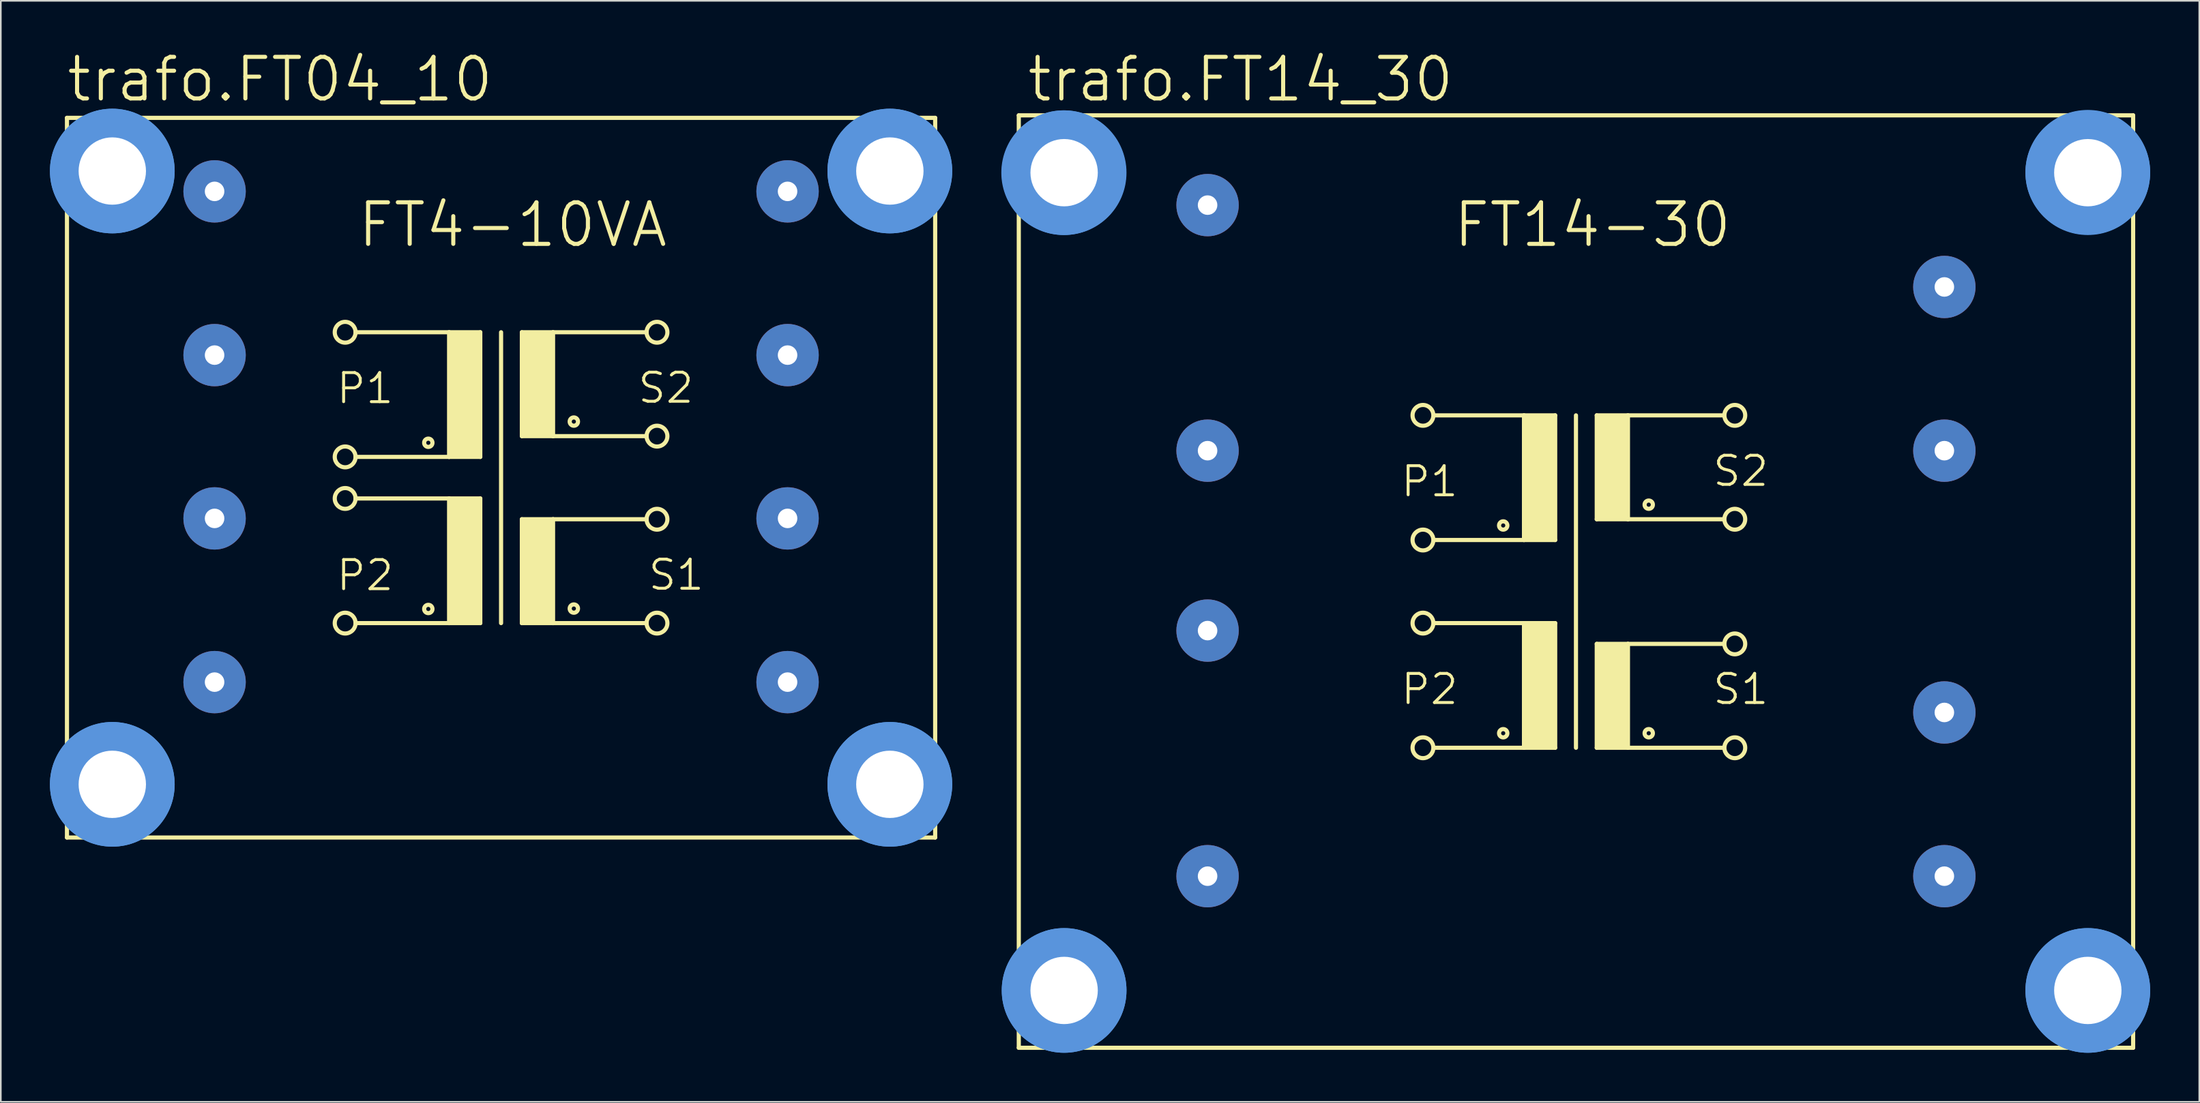
<source format=kicad_pcb>
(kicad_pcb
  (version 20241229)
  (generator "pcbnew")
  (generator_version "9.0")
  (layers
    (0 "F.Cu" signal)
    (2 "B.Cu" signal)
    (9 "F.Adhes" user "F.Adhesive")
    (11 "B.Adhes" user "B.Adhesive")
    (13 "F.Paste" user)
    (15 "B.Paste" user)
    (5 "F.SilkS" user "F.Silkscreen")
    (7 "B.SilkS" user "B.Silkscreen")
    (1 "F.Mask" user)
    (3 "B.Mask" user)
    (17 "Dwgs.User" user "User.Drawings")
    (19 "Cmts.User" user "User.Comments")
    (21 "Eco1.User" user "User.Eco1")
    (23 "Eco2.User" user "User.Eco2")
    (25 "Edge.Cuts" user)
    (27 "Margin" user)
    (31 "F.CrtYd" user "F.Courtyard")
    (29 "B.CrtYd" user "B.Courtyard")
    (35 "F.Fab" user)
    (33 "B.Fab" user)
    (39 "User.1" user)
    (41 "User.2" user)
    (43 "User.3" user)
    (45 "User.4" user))
  (footprint "trafo.FT14_30"
    (layer "F.Cu")
    (at 93.221 32.5)
    (property "Reference" "trafo.FT14_30" (at -33.655 -29.21 0) (layer "F.SilkS") (effects (font (size 2.54 2.54) (thickness 0.25)) (justify left bottom)))
    (attr through_hole)
    (fp_line (start -34.036 -28.499) (end -34.036 28.499) (stroke (width 0.254) (type default)) (layer "F.SilkS"))
    (fp_line (start -34.036 -28.499) (end 34.036 -28.499) (stroke (width 0.254) (type default)) (layer "F.SilkS"))
    (fp_line (start -8.636 -10.16) (end -3.175 -10.16) (stroke (width 0.254) (type default)) (layer "F.SilkS"))
    (fp_line (start -8.636 2.54) (end -3.175 2.54) (stroke (width 0.254) (type default)) (layer "F.SilkS"))
    (fp_line (start -3.175 -10.16) (end -3.175 -2.54) (stroke (width 0.254) (type default)) (layer "F.SilkS"))
    (fp_line (start -3.175 -10.16) (end -1.27 -10.16) (stroke (width 0.254) (type default)) (layer "F.SilkS"))
    (fp_line (start -3.175 -2.54) (end -8.636 -2.54) (stroke (width 0.254) (type default)) (layer "F.SilkS"))
    (fp_line (start -3.175 2.54) (end -3.175 10.16) (stroke (width 0.254) (type default)) (layer "F.SilkS"))
    (fp_line (start -3.175 2.54) (end -1.27 2.54) (stroke (width 0.254) (type default)) (layer "F.SilkS"))
    (fp_line (start -3.175 10.16) (end -8.636 10.16) (stroke (width 0.254) (type default)) (layer "F.SilkS"))
    (fp_line (start -1.27 -10.16) (end -1.27 -2.54) (stroke (width 0.254) (type default)) (layer "F.SilkS"))
    (fp_line (start -1.27 -2.54) (end -3.175 -2.54) (stroke (width 0.254) (type default)) (layer "F.SilkS"))
    (fp_line (start -1.27 2.54) (end -1.27 10.16) (stroke (width 0.254) (type default)) (layer "F.SilkS"))
    (fp_line (start -1.27 10.16) (end -3.175 10.16) (stroke (width 0.254) (type default)) (layer "F.SilkS"))
    (fp_line (start 0 -10.16) (end 0 10.16) (stroke (width 0.254) (type default)) (layer "F.SilkS"))
    (fp_line (start 1.27 -10.16) (end 1.27 -3.81) (stroke (width 0.254) (type default)) (layer "F.SilkS"))
    (fp_line (start 1.27 -10.16) (end 3.175 -10.16) (stroke (width 0.254) (type default)) (layer "F.SilkS"))
    (fp_line (start 1.27 -3.81) (end 3.175 -3.81) (stroke (width 0.254) (type default)) (layer "F.SilkS"))
    (fp_line (start 1.27 3.81) (end 1.27 10.16) (stroke (width 0.254) (type default)) (layer "F.SilkS"))
    (fp_line (start 1.27 3.81) (end 3.175 3.81) (stroke (width 0.254) (type default)) (layer "F.SilkS"))
    (fp_line (start 1.27 10.16) (end 3.175 10.16) (stroke (width 0.254) (type default)) (layer "F.SilkS"))
    (fp_line (start 3.175 -10.16) (end 9.017 -10.16) (stroke (width 0.254) (type default)) (layer "F.SilkS"))
    (fp_line (start 3.175 -3.81) (end 3.175 -10.16) (stroke (width 0.254) (type default)) (layer "F.SilkS"))
    (fp_line (start 3.175 -3.81) (end 9.017 -3.81) (stroke (width 0.254) (type default)) (layer "F.SilkS"))
    (fp_line (start 3.175 3.81) (end 9.017 3.81) (stroke (width 0.254) (type default)) (layer "F.SilkS"))
    (fp_line (start 3.175 10.16) (end 3.175 3.81) (stroke (width 0.254) (type default)) (layer "F.SilkS"))
    (fp_line (start 3.175 10.16) (end 9.017 10.16) (stroke (width 0.254) (type default)) (layer "F.SilkS"))
    (fp_line (start 34.036 28.499) (end -34.036 28.499) (stroke (width 0.254) (type default)) (layer "F.SilkS"))
    (fp_line (start 34.036 28.499) (end 34.036 -28.499) (stroke (width 0.254) (type default)) (layer "F.SilkS"))
    (fp_rect (start -3.175 -2.54) (end -1.27 -10.16) (stroke (width 0.05) (type default)) (fill yes) (layer "F.SilkS"))
    (fp_rect (start -3.175 10.16) (end -1.27 2.54) (stroke (width 0.05) (type default)) (fill yes) (layer "F.SilkS"))
    (fp_rect (start 1.27 -3.81) (end 3.175 -10.16) (stroke (width 0.05) (type default)) (fill yes) (layer "F.SilkS"))
    (fp_rect (start 1.27 10.16) (end 3.175 3.81) (stroke (width 0.05) (type default)) (fill yes) (layer "F.SilkS"))
    (fp_circle (center -9.347 -10.16) (end -8.712 -10.16) (stroke (width 0.254) (type default)) (fill no) (layer "F.SilkS"))
    (fp_circle (center -9.347 -2.54) (end -8.712 -2.54) (stroke (width 0.254) (type default)) (fill no) (layer "F.SilkS"))
    (fp_circle (center -9.347 2.54) (end -8.712 2.54) (stroke (width 0.254) (type default)) (fill no) (layer "F.SilkS"))
    (fp_circle (center -9.347 10.16) (end -8.712 10.16) (stroke (width 0.254) (type default)) (fill no) (layer "F.SilkS"))
    (fp_circle (center -4.445 -3.429) (end -4.191 -3.429) (stroke (width 0.254) (type default)) (fill no) (layer "F.SilkS"))
    (fp_circle (center -4.445 9.271) (end -4.191 9.271) (stroke (width 0.254) (type default)) (fill no) (layer "F.SilkS"))
    (fp_circle (center 4.445 -4.699) (end 4.699 -4.699) (stroke (width 0.254) (type default)) (fill no) (layer "F.SilkS"))
    (fp_circle (center 4.445 9.271) (end 4.699 9.271) (stroke (width 0.254) (type default)) (fill no) (layer "F.SilkS"))
    (fp_circle (center 9.703 -10.16) (end 10.338 -10.16) (stroke (width 0.254) (type default)) (fill no) (layer "F.SilkS"))
    (fp_circle (center 9.703 -3.81) (end 10.338 -3.81) (stroke (width 0.254) (type default)) (fill no) (layer "F.SilkS"))
    (fp_circle (center 9.703 3.81) (end 10.338 3.81) (stroke (width 0.254) (type default)) (fill no) (layer "F.SilkS"))
    (fp_circle (center 9.703 10.16) (end 10.338 10.16) (stroke (width 0.254) (type default)) (fill no) (layer "F.SilkS"))
    (fp_circle (center -31.293 -24.994) (end -28.372 -24.994) (stroke (width 1.778) (type default)) (fill no) (layer "Cmts.User"))
    (fp_circle (center -31.267 -24.994) (end -28.346 -24.994) (stroke (width 1.778) (type default)) (fill no) (layer "Cmts.User"))
    (fp_circle (center -31.267 24.994) (end -28.346 24.994) (stroke (width 1.778) (type default)) (fill no) (layer "Cmts.User"))
    (fp_circle (center -31.267 24.994) (end -28.346 24.994) (stroke (width 1.778) (type default)) (fill no) (layer "Cmts.User"))
    (fp_circle (center 31.267 -25.019) (end 34.188 -25.019) (stroke (width 1.778) (type default)) (fill no) (layer "Cmts.User"))
    (fp_circle (center 31.267 -24.994) (end 34.188 -24.994) (stroke (width 1.778) (type default)) (fill no) (layer "Cmts.User"))
    (fp_circle (center 31.267 24.994) (end 34.188 24.994) (stroke (width 1.778) (type default)) (fill no) (layer "Cmts.User"))
    (fp_circle (center 31.267 24.994) (end 34.188 24.994) (stroke (width 1.778) (type default)) (fill no) (layer "Cmts.User"))
    (fp_text user "S1" (at 8.255 7.62 0) (layer "F.SilkS") (effects (font (size 1.778 1.778) (thickness 0.18)) (justify left bottom)))
    (fp_text user "S2" (at 8.255 -5.715 0) (layer "F.SilkS") (effects (font (size 1.778 1.778) (thickness 0.18)) (justify left bottom)))
    (fp_text user "FT14-30" (at -7.62 -20.32 0) (layer "F.SilkS") (effects (font (size 2.54 2.54) (thickness 0.25)) (justify left bottom)))
    (fp_text user "P1" (at -10.795 -5.08 0) (layer "F.SilkS") (effects (font (size 1.778 1.778) (thickness 0.18)) (justify left bottom)))
    (fp_text user "P2" (at -10.795 7.62 0) (layer "F.SilkS") (effects (font (size 1.778 1.778) (thickness 0.18)) (justify left bottom)))
    (pad "" np_thru_hole circle (at -31.267 -24.994) (size 4.115 4.115) (drill 4.115) (layers "*.Cu" "*.Mask"))
    (pad "" np_thru_hole circle (at -31.267 24.994) (size 4.115 4.115) (drill 4.115) (layers "*.Cu" "*.Mask"))
    (pad "" np_thru_hole circle (at 31.267 -24.994) (size 4.115 4.115) (drill 4.115) (layers "*.Cu" "*.Mask"))
    (pad "" np_thru_hole circle (at 31.267 24.994) (size 4.115 4.115) (drill 4.115) (layers "*.Cu" "*.Mask"))
    (pad "1" thru_hole circle (at -22.504 -23.012) (size 3.81 3.81) (drill 1.194) (layers "*.Cu" "*.Mask"))
    (pad "4" thru_hole circle (at -22.504 -8.001) (size 3.81 3.81) (drill 1.194) (layers "*.Cu" "*.Mask"))
    (pad "6" thru_hole circle (at -22.504 2.997) (size 3.81 3.81) (drill 1.194) (layers "*.Cu" "*.Mask"))
    (pad "9" thru_hole circle (at -22.504 18.009) (size 3.81 3.81) (drill 1.194) (layers "*.Cu" "*.Mask"))
    (pad "12" thru_hole circle (at 22.504 18.009) (size 3.81 3.81) (drill 1.194) (layers "*.Cu" "*.Mask"))
    (pad "14" thru_hole circle (at 22.504 8.001) (size 3.81 3.81) (drill 1.194) (layers "*.Cu" "*.Mask"))
    (pad "17" thru_hole circle (at 22.504 -8.001) (size 3.81 3.81) (drill 1.194) (layers "*.Cu" "*.Mask"))
    (pad "19" thru_hole circle (at 22.504 -18.009) (size 3.81 3.81) (drill 1.194) (layers "*.Cu" "*.Mask")))
  (footprint "trafo.FT04_10"
    (layer "F.Cu")
    (at 27.559 26.15)
    (property "Reference" "trafo.FT04_10" (at -26.67 -22.86 0) (layer "F.SilkS") (effects (font (size 2.54 2.54) (thickness 0.25)) (justify left bottom)))
    (attr through_hole)
    (fp_line (start -26.518 21.996) (end -26.518 -21.996) (stroke (width 0.254) (type default)) (layer "F.SilkS"))
    (fp_line (start -26.518 21.996) (end 26.518 21.996) (stroke (width 0.254) (type default)) (layer "F.SilkS"))
    (fp_line (start -8.89 -8.89) (end -3.175 -8.89) (stroke (width 0.254) (type default)) (layer "F.SilkS"))
    (fp_line (start -8.89 -1.27) (end -3.175 -1.27) (stroke (width 0.254) (type default)) (layer "F.SilkS"))
    (fp_line (start -8.89 1.27) (end -3.175 1.27) (stroke (width 0.254) (type default)) (layer "F.SilkS"))
    (fp_line (start -3.175 -8.89) (end -3.175 -1.27) (stroke (width 0.254) (type default)) (layer "F.SilkS"))
    (fp_line (start -3.175 -8.89) (end -1.27 -8.89) (stroke (width 0.254) (type default)) (layer "F.SilkS"))
    (fp_line (start -3.175 1.27) (end -3.175 8.89) (stroke (width 0.254) (type default)) (layer "F.SilkS"))
    (fp_line (start -3.175 1.27) (end -1.27 1.27) (stroke (width 0.254) (type default)) (layer "F.SilkS"))
    (fp_line (start -3.175 8.89) (end -8.89 8.89) (stroke (width 0.254) (type default)) (layer "F.SilkS"))
    (fp_line (start -1.27 -8.89) (end -1.27 -1.27) (stroke (width 0.254) (type default)) (layer "F.SilkS"))
    (fp_line (start -1.27 -1.27) (end -3.175 -1.27) (stroke (width 0.254) (type default)) (layer "F.SilkS"))
    (fp_line (start -1.27 1.27) (end -1.27 8.89) (stroke (width 0.254) (type default)) (layer "F.SilkS"))
    (fp_line (start -1.27 8.89) (end -3.175 8.89) (stroke (width 0.254) (type default)) (layer "F.SilkS"))
    (fp_line (start 0 -8.89) (end 0 8.89) (stroke (width 0.254) (type default)) (layer "F.SilkS"))
    (fp_line (start 1.27 -8.89) (end 1.27 -2.54) (stroke (width 0.254) (type default)) (layer "F.SilkS"))
    (fp_line (start 1.27 -8.89) (end 3.175 -8.89) (stroke (width 0.254) (type default)) (layer "F.SilkS"))
    (fp_line (start 1.27 -2.54) (end 3.175 -2.54) (stroke (width 0.254) (type default)) (layer "F.SilkS"))
    (fp_line (start 1.27 2.54) (end 1.27 8.89) (stroke (width 0.254) (type default)) (layer "F.SilkS"))
    (fp_line (start 1.27 2.54) (end 3.175 2.54) (stroke (width 0.254) (type default)) (layer "F.SilkS"))
    (fp_line (start 1.27 8.89) (end 3.175 8.89) (stroke (width 0.254) (type default)) (layer "F.SilkS"))
    (fp_line (start 3.175 -8.89) (end 8.89 -8.89) (stroke (width 0.254) (type default)) (layer "F.SilkS"))
    (fp_line (start 3.175 -2.54) (end 3.175 -8.89) (stroke (width 0.254) (type default)) (layer "F.SilkS"))
    (fp_line (start 3.175 -2.54) (end 8.89 -2.54) (stroke (width 0.254) (type default)) (layer "F.SilkS"))
    (fp_line (start 3.175 2.54) (end 8.89 2.54) (stroke (width 0.254) (type default)) (layer "F.SilkS"))
    (fp_line (start 3.175 8.89) (end 3.175 2.54) (stroke (width 0.254) (type default)) (layer "F.SilkS"))
    (fp_line (start 3.175 8.89) (end 8.89 8.89) (stroke (width 0.254) (type default)) (layer "F.SilkS"))
    (fp_line (start 26.518 -21.996) (end -26.518 -21.996) (stroke (width 0.254) (type default)) (layer "F.SilkS"))
    (fp_line (start 26.518 -21.996) (end 26.518 21.996) (stroke (width 0.254) (type default)) (layer "F.SilkS"))
    (fp_rect (start -3.175 -1.27) (end -1.27 -8.89) (stroke (width 0.05) (type default)) (fill yes) (layer "F.SilkS"))
    (fp_rect (start -3.175 8.89) (end -1.27 1.27) (stroke (width 0.05) (type default)) (fill yes) (layer "F.SilkS"))
    (fp_rect (start 1.27 -2.54) (end 3.175 -8.89) (stroke (width 0.05) (type default)) (fill yes) (layer "F.SilkS"))
    (fp_rect (start 1.27 8.89) (end 3.175 2.54) (stroke (width 0.05) (type default)) (fill yes) (layer "F.SilkS"))
    (fp_circle (center -9.525 -8.89) (end -8.89 -8.89) (stroke (width 0.254) (type default)) (fill no) (layer "F.SilkS"))
    (fp_circle (center -9.525 -1.27) (end -8.89 -1.27) (stroke (width 0.254) (type default)) (fill no) (layer "F.SilkS"))
    (fp_circle (center -9.525 1.27) (end -8.89 1.27) (stroke (width 0.254) (type default)) (fill no) (layer "F.SilkS"))
    (fp_circle (center -9.525 8.89) (end -8.89 8.89) (stroke (width 0.254) (type default)) (fill no) (layer "F.SilkS"))
    (fp_circle (center -4.445 -2.134) (end -4.191 -2.134) (stroke (width 0.254) (type default)) (fill no) (layer "F.SilkS"))
    (fp_circle (center -4.445 8.026) (end -4.191 8.026) (stroke (width 0.254) (type default)) (fill no) (layer "F.SilkS"))
    (fp_circle (center 4.445 -3.429) (end 4.699 -3.429) (stroke (width 0.254) (type default)) (fill no) (layer "F.SilkS"))
    (fp_circle (center 4.445 8.001) (end 4.699 8.001) (stroke (width 0.254) (type default)) (fill no) (layer "F.SilkS"))
    (fp_circle (center 9.525 -8.89) (end 10.16 -8.89) (stroke (width 0.254) (type default)) (fill no) (layer "F.SilkS"))
    (fp_circle (center 9.525 -2.54) (end 10.16 -2.54) (stroke (width 0.254) (type default)) (fill no) (layer "F.SilkS"))
    (fp_circle (center 9.525 2.54) (end 10.16 2.54) (stroke (width 0.254) (type default)) (fill no) (layer "F.SilkS"))
    (fp_circle (center 9.525 8.89) (end 10.16 8.89) (stroke (width 0.254) (type default)) (fill no) (layer "F.SilkS"))
    (fp_circle (center -23.749 -18.745) (end -20.828 -18.745) (stroke (width 1.778) (type default)) (fill no) (layer "Cmts.User"))
    (fp_circle (center -23.749 -18.745) (end -20.828 -18.745) (stroke (width 1.778) (type default)) (fill no) (layer "Cmts.User"))
    (fp_circle (center -23.749 18.745) (end -20.828 18.745) (stroke (width 1.778) (type default)) (fill no) (layer "Cmts.User"))
    (fp_circle (center -23.749 18.745) (end -20.828 18.745) (stroke (width 1.778) (type default)) (fill no) (layer "Cmts.User"))
    (fp_circle (center 23.749 -18.745) (end 26.67 -18.745) (stroke (width 1.778) (type default)) (fill no) (layer "Cmts.User"))
    (fp_circle (center 23.749 -18.745) (end 26.67 -18.745) (stroke (width 1.778) (type default)) (fill no) (layer "Cmts.User"))
    (fp_circle (center 23.749 18.745) (end 26.67 18.745) (stroke (width 1.778) (type default)) (fill no) (layer "Cmts.User"))
    (fp_circle (center 23.749 18.745) (end 26.67 18.745) (stroke (width 1.778) (type default)) (fill no) (layer "Cmts.User"))
    (fp_text user "S2" (at 8.255 -4.445 0) (layer "F.SilkS") (effects (font (size 1.778 1.778) (thickness 0.18)) (justify left bottom)))
    (fp_text user "P2" (at -10.16 7.01 0) (layer "F.SilkS") (effects (font (size 1.778 1.778) (thickness 0.18)) (justify left bottom)))
    (fp_text user "P1" (at -10.16 -4.42 0) (layer "F.SilkS") (effects (font (size 1.778 1.778) (thickness 0.18)) (justify left bottom)))
    (fp_text user "S1" (at 8.89 6.985 0) (layer "F.SilkS") (effects (font (size 1.778 1.778) (thickness 0.18)) (justify left bottom)))
    (fp_text user "FT4-10VA" (at -8.89 -13.97 0) (layer "F.SilkS") (effects (font (size 2.54 2.54) (thickness 0.25)) (justify left bottom)))
    (pad "" np_thru_hole circle (at -23.749 -18.745) (size 4.115 4.115) (drill 4.115) (layers "*.Cu" "*.Mask"))
    (pad "" np_thru_hole circle (at -23.749 18.745) (size 4.115 4.115) (drill 4.115) (layers "*.Cu" "*.Mask"))
    (pad "" np_thru_hole circle (at 23.749 -18.745) (size 4.115 4.115) (drill 4.115) (layers "*.Cu" "*.Mask"))
    (pad "" np_thru_hole circle (at 23.749 18.745) (size 4.115 4.115) (drill 4.115) (layers "*.Cu" "*.Mask"))
    (pad "1" thru_hole circle (at -17.501 -17.501) (size 3.81 3.81) (drill 1.194) (layers "*.Cu" "*.Mask"))
    (pad "3" thru_hole circle (at -17.501 -7.493) (size 3.81 3.81) (drill 1.194) (layers "*.Cu" "*.Mask"))
    (pad "5" thru_hole circle (at -17.501 2.489) (size 3.81 3.81) (drill 1.194) (layers "*.Cu" "*.Mask"))
    (pad "7" thru_hole circle (at -17.501 12.497) (size 3.81 3.81) (drill 1.194) (layers "*.Cu" "*.Mask"))
    (pad "10" thru_hole circle (at 17.501 12.497) (size 3.81 3.81) (drill 1.194) (layers "*.Cu" "*.Mask"))
    (pad "12" thru_hole circle (at 17.501 2.489) (size 3.81 3.81) (drill 1.194) (layers "*.Cu" "*.Mask"))
    (pad "14" thru_hole circle (at 17.501 -7.493) (size 3.81 3.81) (drill 1.194) (layers "*.Cu" "*.Mask"))
    (pad "16" thru_hole circle (at 17.501 -17.501) (size 3.81 3.81) (drill 1.194) (layers "*.Cu" "*.Mask")))
  (gr_rect
    (start -3 -3)
    (end 131.298 64.304)
    (stroke (width 0.1) (type default))
    (fill no)
    (layer "Edge.Cuts")))
</source>
